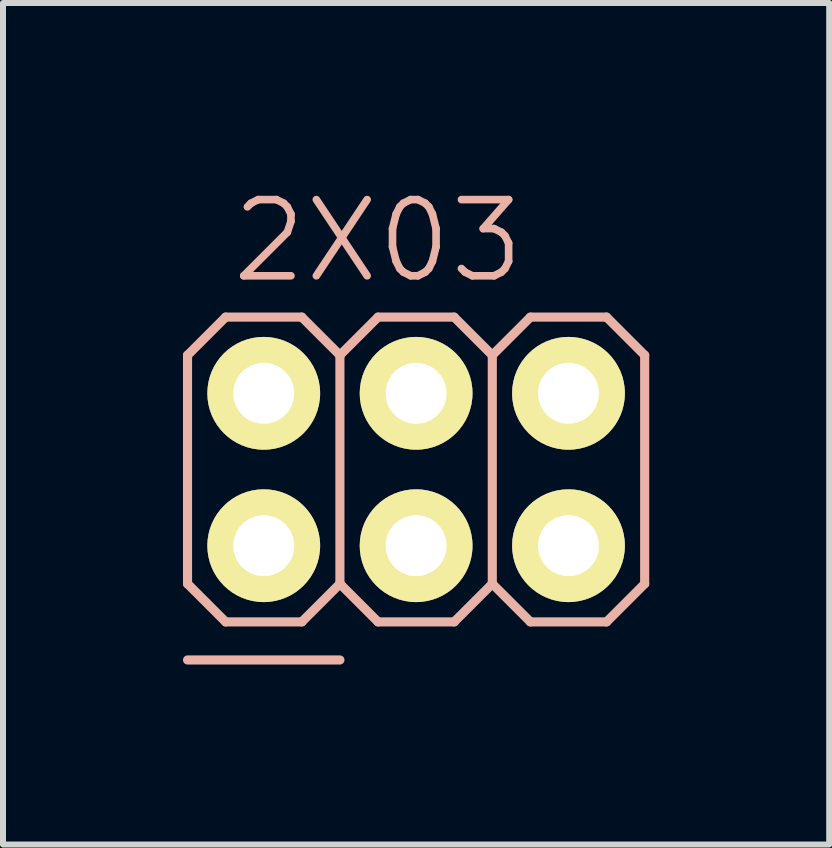
<source format=kicad_pcb>
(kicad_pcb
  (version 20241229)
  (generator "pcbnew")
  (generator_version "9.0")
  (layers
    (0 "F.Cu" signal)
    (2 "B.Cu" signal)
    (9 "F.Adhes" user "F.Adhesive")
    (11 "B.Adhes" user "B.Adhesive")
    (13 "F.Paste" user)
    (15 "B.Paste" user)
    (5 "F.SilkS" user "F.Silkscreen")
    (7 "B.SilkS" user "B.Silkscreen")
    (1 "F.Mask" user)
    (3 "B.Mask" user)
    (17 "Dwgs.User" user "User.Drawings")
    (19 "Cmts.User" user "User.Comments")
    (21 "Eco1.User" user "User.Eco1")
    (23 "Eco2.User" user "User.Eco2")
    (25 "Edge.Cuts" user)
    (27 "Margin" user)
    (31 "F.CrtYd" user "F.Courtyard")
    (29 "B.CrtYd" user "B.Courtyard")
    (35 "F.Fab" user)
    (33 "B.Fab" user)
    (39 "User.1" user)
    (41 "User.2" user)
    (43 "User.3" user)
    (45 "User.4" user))
  (footprint "2X03"
    (layer "F.Cu")
    (at 3.886 4.776)
    (property "Reference" "2X03" (at -0.635 -3.81 0) (layer "B.SilkS") (effects (font (size 1.27 1.27) (thickness 0.127))))
    (attr exclude_from_pos_files exclude_from_bom)
    (fp_line (start -2.794 -1.524) (end -2.286 -1.524) (stroke (width 0.066) (type solid)) (layer "F.SilkS"))
    (fp_line (start -2.794 -1.016) (end -2.794 -1.524) (stroke (width 0.066) (type solid)) (layer "F.SilkS"))
    (fp_line (start -2.794 -1.016) (end -2.286 -1.016) (stroke (width 0.066) (type solid)) (layer "F.SilkS"))
    (fp_line (start -2.794 1.016) (end -2.286 1.016) (stroke (width 0.066) (type solid)) (layer "F.SilkS"))
    (fp_line (start -2.794 1.524) (end -2.794 1.016) (stroke (width 0.066) (type solid)) (layer "F.SilkS"))
    (fp_line (start -2.794 1.524) (end -2.286 1.524) (stroke (width 0.066) (type solid)) (layer "F.SilkS"))
    (fp_line (start -2.286 -1.016) (end -2.286 -1.524) (stroke (width 0.066) (type solid)) (layer "F.SilkS"))
    (fp_line (start -2.286 1.524) (end -2.286 1.016) (stroke (width 0.066) (type solid)) (layer "F.SilkS"))
    (fp_line (start -0.254 -1.524) (end 0.254 -1.524) (stroke (width 0.066) (type solid)) (layer "F.SilkS"))
    (fp_line (start -0.254 -1.016) (end -0.254 -1.524) (stroke (width 0.066) (type solid)) (layer "F.SilkS"))
    (fp_line (start -0.254 -1.016) (end 0.254 -1.016) (stroke (width 0.066) (type solid)) (layer "F.SilkS"))
    (fp_line (start -0.254 1.016) (end 0.254 1.016) (stroke (width 0.066) (type solid)) (layer "F.SilkS"))
    (fp_line (start -0.254 1.524) (end -0.254 1.016) (stroke (width 0.066) (type solid)) (layer "F.SilkS"))
    (fp_line (start -0.254 1.524) (end 0.254 1.524) (stroke (width 0.066) (type solid)) (layer "F.SilkS"))
    (fp_line (start 0.254 -1.016) (end 0.254 -1.524) (stroke (width 0.066) (type solid)) (layer "F.SilkS"))
    (fp_line (start 0.254 1.524) (end 0.254 1.016) (stroke (width 0.066) (type solid)) (layer "F.SilkS"))
    (fp_line (start 2.286 -1.524) (end 2.794 -1.524) (stroke (width 0.066) (type solid)) (layer "F.SilkS"))
    (fp_line (start 2.286 -1.016) (end 2.286 -1.524) (stroke (width 0.066) (type solid)) (layer "F.SilkS"))
    (fp_line (start 2.286 -1.016) (end 2.794 -1.016) (stroke (width 0.066) (type solid)) (layer "F.SilkS"))
    (fp_line (start 2.286 1.016) (end 2.794 1.016) (stroke (width 0.066) (type solid)) (layer "F.SilkS"))
    (fp_line (start 2.286 1.524) (end 2.286 1.016) (stroke (width 0.066) (type solid)) (layer "F.SilkS"))
    (fp_line (start 2.286 1.524) (end 2.794 1.524) (stroke (width 0.066) (type solid)) (layer "F.SilkS"))
    (fp_line (start 2.794 -1.016) (end 2.794 -1.524) (stroke (width 0.066) (type solid)) (layer "F.SilkS"))
    (fp_line (start 2.794 1.524) (end 2.794 1.016) (stroke (width 0.066) (type solid)) (layer "F.SilkS"))
    (fp_line (start -3.81 -1.905) (end -3.175 -2.54) (stroke (width 0.152) (type solid)) (layer "B.SilkS"))
    (fp_line (start -3.81 1.905) (end -3.81 -1.905) (stroke (width 0.152) (type solid)) (layer "B.SilkS"))
    (fp_line (start -3.81 1.905) (end -3.175 2.54) (stroke (width 0.152) (type solid)) (layer "B.SilkS"))
    (fp_line (start -3.81 3.175) (end -1.27 3.175) (stroke (width 0.152) (type solid)) (layer "B.SilkS"))
    (fp_line (start -3.175 -2.54) (end -1.905 -2.54) (stroke (width 0.152) (type solid)) (layer "B.SilkS"))
    (fp_line (start -3.175 2.54) (end -1.905 2.54) (stroke (width 0.152) (type solid)) (layer "B.SilkS"))
    (fp_line (start -1.905 -2.54) (end -1.27 -1.905) (stroke (width 0.152) (type solid)) (layer "B.SilkS"))
    (fp_line (start -1.905 2.54) (end -1.27 1.905) (stroke (width 0.152) (type solid)) (layer "B.SilkS"))
    (fp_line (start -1.27 -1.905) (end -1.27 1.905) (stroke (width 0.152) (type solid)) (layer "B.SilkS"))
    (fp_line (start -1.27 -1.905) (end -0.635 -2.54) (stroke (width 0.152) (type solid)) (layer "B.SilkS"))
    (fp_line (start -1.27 1.905) (end -0.635 2.54) (stroke (width 0.152) (type solid)) (layer "B.SilkS"))
    (fp_line (start -0.635 -2.54) (end 0.635 -2.54) (stroke (width 0.152) (type solid)) (layer "B.SilkS"))
    (fp_line (start -0.635 2.54) (end 0.635 2.54) (stroke (width 0.152) (type solid)) (layer "B.SilkS"))
    (fp_line (start 0.635 -2.54) (end 1.27 -1.905) (stroke (width 0.152) (type solid)) (layer "B.SilkS"))
    (fp_line (start 0.635 2.54) (end 1.27 1.905) (stroke (width 0.152) (type solid)) (layer "B.SilkS"))
    (fp_line (start 1.27 -1.905) (end 1.27 1.905) (stroke (width 0.152) (type solid)) (layer "B.SilkS"))
    (fp_line (start 1.27 -1.905) (end 1.905 -2.54) (stroke (width 0.152) (type solid)) (layer "B.SilkS"))
    (fp_line (start 1.27 1.905) (end 1.905 2.54) (stroke (width 0.152) (type solid)) (layer "B.SilkS"))
    (fp_line (start 1.905 -2.54) (end 3.175 -2.54) (stroke (width 0.152) (type solid)) (layer "B.SilkS"))
    (fp_line (start 1.905 2.54) (end 3.175 2.54) (stroke (width 0.152) (type solid)) (layer "B.SilkS"))
    (fp_line (start 3.175 -2.54) (end 3.81 -1.905) (stroke (width 0.152) (type solid)) (layer "B.SilkS"))
    (fp_line (start 3.175 2.54) (end 3.81 1.905) (stroke (width 0.152) (type solid)) (layer "B.SilkS"))
    (fp_line (start 3.81 -1.905) (end 3.81 1.905) (stroke (width 0.152) (type solid)) (layer "B.SilkS"))
    (pad "1" thru_hole circle (at -2.54 1.27) (size 1.88 1.88) (drill 1.016) (layers "*.Cu" "F.Mask" "F.SilkS" "F.Paste"))
    (pad "2" thru_hole circle (at -2.54 -1.27) (size 1.88 1.88) (drill 1.016) (layers "*.Cu" "F.Mask" "F.SilkS" "F.Paste"))
    (pad "3" thru_hole circle (at 0 1.27) (size 1.88 1.88) (drill 1.016) (layers "*.Cu" "F.Mask" "F.SilkS" "F.Paste"))
    (pad "4" thru_hole circle (at 0 -1.27) (size 1.88 1.88) (drill 1.016) (layers "*.Cu" "F.Mask" "F.SilkS" "F.Paste"))
    (pad "5" thru_hole circle (at 2.54 1.27) (size 1.88 1.88) (drill 1.016) (layers "*.Cu" "F.Mask" "F.SilkS" "F.Paste"))
    (pad "6" thru_hole circle (at 2.54 -1.27) (size 1.88 1.88) (drill 1.016) (layers "*.Cu" "F.Mask" "F.SilkS" "F.Paste")))
  (gr_rect
    (start -3 -3)
    (end 10.772 11.027)
    (stroke (width 0.1) (type default))
    (fill no)
    (layer "Edge.Cuts")))
</source>
